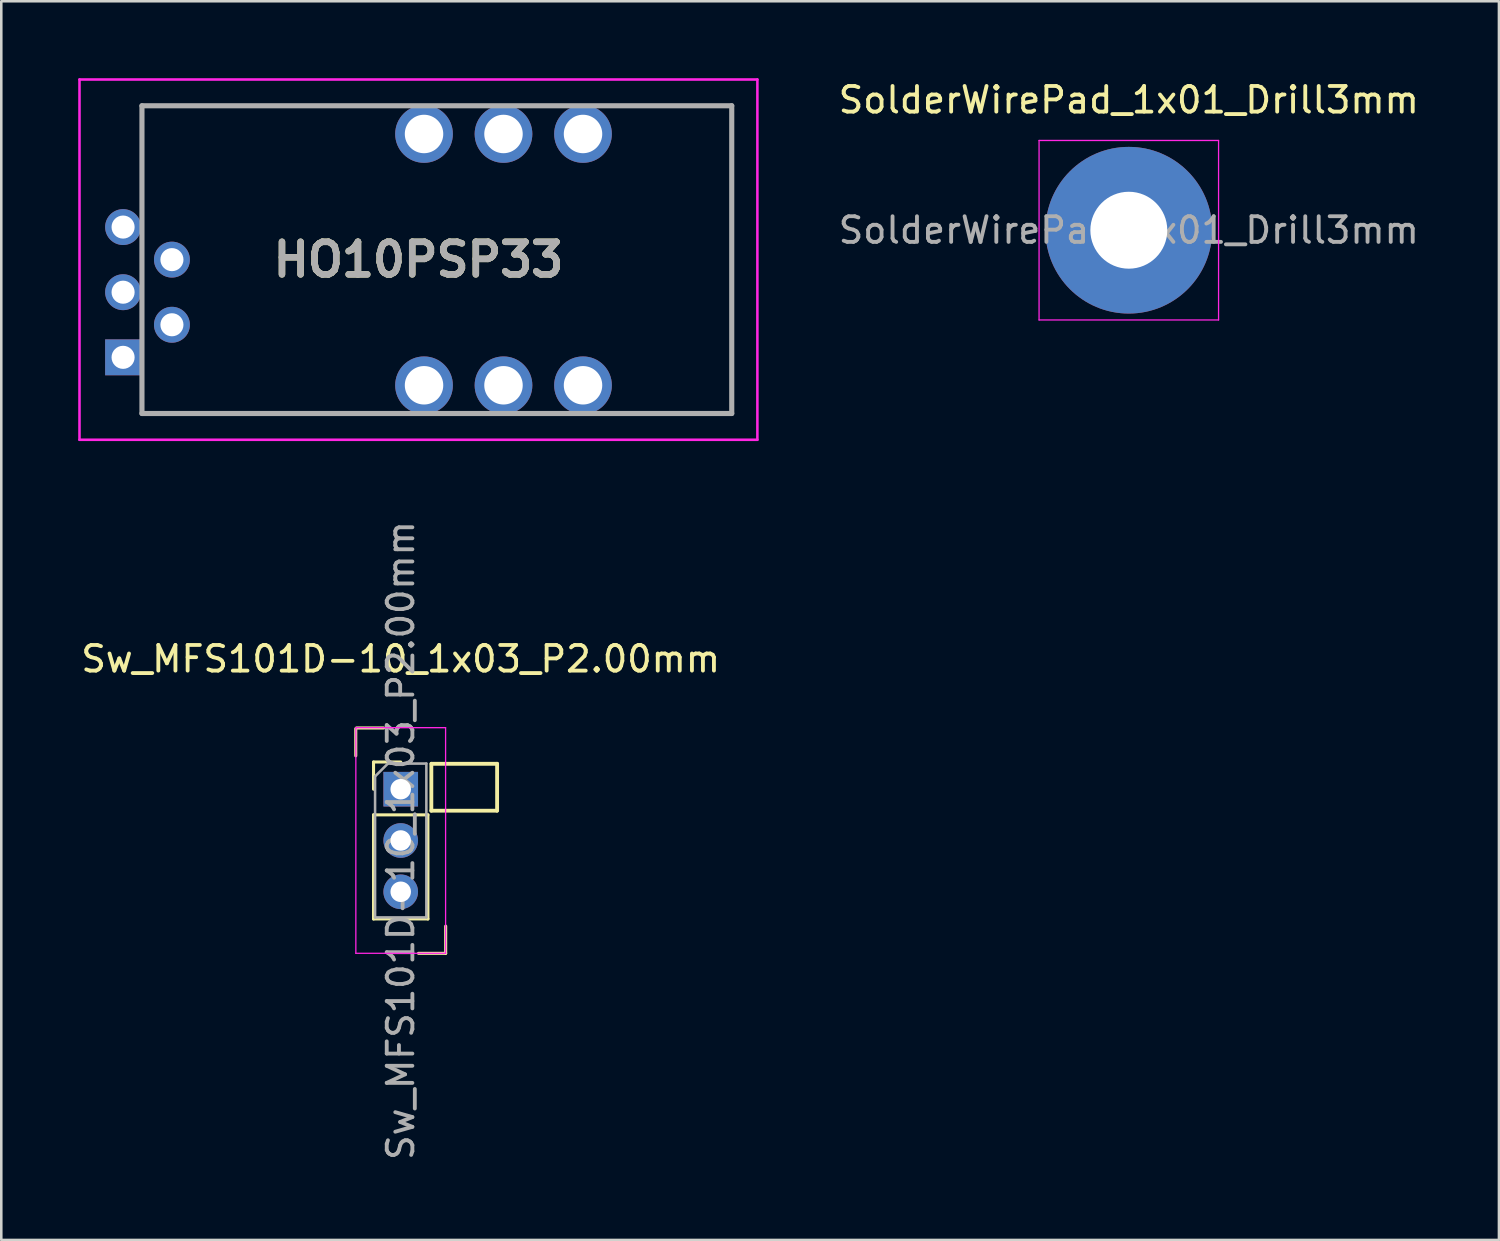
<source format=kicad_pcb>
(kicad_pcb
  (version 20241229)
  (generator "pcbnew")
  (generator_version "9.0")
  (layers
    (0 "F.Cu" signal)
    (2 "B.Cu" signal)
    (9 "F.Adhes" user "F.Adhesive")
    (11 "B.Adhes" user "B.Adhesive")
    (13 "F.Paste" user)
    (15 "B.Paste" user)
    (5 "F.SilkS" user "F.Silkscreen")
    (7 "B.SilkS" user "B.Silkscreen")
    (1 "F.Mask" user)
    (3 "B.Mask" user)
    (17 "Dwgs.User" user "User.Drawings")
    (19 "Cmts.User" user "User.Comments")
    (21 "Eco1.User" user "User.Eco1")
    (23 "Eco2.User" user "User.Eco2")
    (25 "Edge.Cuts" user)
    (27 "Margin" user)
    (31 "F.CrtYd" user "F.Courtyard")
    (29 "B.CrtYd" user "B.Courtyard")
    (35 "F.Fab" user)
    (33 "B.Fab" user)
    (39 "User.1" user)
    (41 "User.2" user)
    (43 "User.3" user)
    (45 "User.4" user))
  (footprint "HO10PSP33"
    (layer "F.Cu")
    (at 1.75 10.885)
    (property "Reference" "HO10PSP33" (at 11.518 -3.81 0) (layer "F.SilkS") (effects (font (size 1.27 1.27) (thickness 0.254))))
    (attr through_hole)
    (fp_line (start 0.736 -9.81) (end 10.236 -9.81) (stroke (width 0.1) (type solid)) (layer "F.SilkS"))
    (fp_line (start 0.736 -6.54) (end 0.736 -9.81) (stroke (width 0.1) (type solid)) (layer "F.SilkS"))
    (fp_line (start 0.736 2.19) (end 0.736 1.46) (stroke (width 0.1) (type solid)) (layer "F.SilkS"))
    (fp_line (start 10.236 2.19) (end 0.736 2.19) (stroke (width 0.1) (type solid)) (layer "F.SilkS"))
    (fp_line (start 19.236 -9.81) (end 23.736 -9.81) (stroke (width 0.1) (type solid)) (layer "F.SilkS"))
    (fp_line (start 23.736 -9.81) (end 23.736 2.19) (stroke (width 0.1) (type solid)) (layer "F.SilkS"))
    (fp_line (start 23.736 2.19) (end 19.236 2.19) (stroke (width 0.1) (type solid)) (layer "F.SilkS"))
    (fp_line (start -1.7 -10.835) (end 24.736 -10.835) (stroke (width 0.1) (type solid)) (layer "F.CrtYd"))
    (fp_line (start -1.7 3.215) (end -1.7 -10.835) (stroke (width 0.1) (type solid)) (layer "F.CrtYd"))
    (fp_line (start 24.736 -10.835) (end 24.736 3.215) (stroke (width 0.1) (type solid)) (layer "F.CrtYd"))
    (fp_line (start 24.736 3.215) (end -1.7 3.215) (stroke (width 0.1) (type solid)) (layer "F.CrtYd"))
    (fp_line (start 0.736 -9.81) (end 23.736 -9.81) (stroke (width 0.2) (type solid)) (layer "F.Fab"))
    (fp_line (start 0.736 2.19) (end 0.736 -9.81) (stroke (width 0.2) (type solid)) (layer "F.Fab"))
    (fp_line (start 23.736 -9.81) (end 23.736 2.19) (stroke (width 0.2) (type solid)) (layer "F.Fab"))
    (fp_line (start 23.736 2.19) (end 0.736 2.19) (stroke (width 0.2) (type solid)) (layer "F.Fab"))
    (fp_text user "${REFERENCE}" (at 11.518 -3.81 0) (layer "F.Fab") (effects (font (size 1.27 1.27) (thickness 0.254))))
    (pad "1" thru_hole rect (at 0 0) (size 1.4 1.4) (drill 0.9) (layers "*.Cu" "*.Mask"))
    (pad "2" thru_hole circle (at 1.905 -1.27) (size 1.4 1.4) (drill 0.9) (layers "*.Cu" "*.Mask"))
    (pad "3" thru_hole circle (at 0 -2.54) (size 1.4 1.4) (drill 0.9) (layers "*.Cu" "*.Mask"))
    (pad "4" thru_hole circle (at 1.905 -3.81) (size 1.4 1.4) (drill 0.9) (layers "*.Cu" "*.Mask"))
    (pad "5" thru_hole circle (at 0 -5.08) (size 1.4 1.4) (drill 0.9) (layers "*.Cu" "*.Mask"))
    (pad "RP1" thru_hole circle (at 11.736 1.09) (size 2.25 2.25) (drill 1.5) (layers "*.Cu" "*.Mask"))
    (pad "RP2" thru_hole circle (at 14.835 1.09) (size 2.25 2.25) (drill 1.5) (layers "*.Cu" "*.Mask"))
    (pad "RP3" thru_hole circle (at 17.936 1.09) (size 2.25 2.25) (drill 1.5) (layers "*.Cu" "*.Mask"))
    (pad "RP4" thru_hole circle (at 17.936 -8.71) (size 2.25 2.25) (drill 1.5) (layers "*.Cu" "*.Mask"))
    (pad "RP5" thru_hole circle (at 14.835 -8.71) (size 2.25 2.25) (drill 1.5) (layers "*.Cu" "*.Mask"))
    (pad "RP6" thru_hole circle (at 11.736 -8.71) (size 2.25 2.25) (drill 1.5) (layers "*.Cu" "*.Mask")))
  (footprint "Sw_MFS101D-10_1x03_P2.00mm"
    (layer "F.Cu")
    (at 12.577 27.727)
    (property "Reference" "Sw_MFS101D-10_1x03_P2.00mm" (at 0 -5.08 0) (layer "F.SilkS") (effects (font (size 1 1) (thickness 0.15))))
    (attr through_hole)
    (fp_line (start -1.753 -1.302) (end -1.753 -2.362) (stroke (width 0.12) (type solid)) (layer "F.SilkS"))
    (fp_line (start -1.727 -2.388) (end -0.667 -2.388) (stroke (width 0.12) (type solid)) (layer "F.SilkS"))
    (fp_line (start -1.06 -1.06) (end 0 -1.06) (stroke (width 0.12) (type solid)) (layer "F.SilkS"))
    (fp_line (start -1.06 0) (end -1.06 -1.06) (stroke (width 0.12) (type solid)) (layer "F.SilkS"))
    (fp_line (start -1.06 1) (end -1.06 5.06) (stroke (width 0.12) (type solid)) (layer "F.SilkS"))
    (fp_line (start -1.06 1) (end 1.06 1) (stroke (width 0.12) (type solid)) (layer "F.SilkS"))
    (fp_line (start -1.06 5.06) (end 1.06 5.06) (stroke (width 0.12) (type solid)) (layer "F.SilkS"))
    (fp_line (start 0.693 6.401) (end 1.753 6.401) (stroke (width 0.12) (type solid)) (layer "F.SilkS"))
    (fp_line (start 1.06 1) (end 1.06 5.06) (stroke (width 0.12) (type solid)) (layer "F.SilkS"))
    (fp_line (start 1.194 -0.991) (end 1.194 0.838) (stroke (width 0.15) (type solid)) (layer "F.SilkS"))
    (fp_line (start 1.194 0.838) (end 3.75 0.838) (stroke (width 0.15) (type solid)) (layer "F.SilkS"))
    (fp_line (start 1.203 -0.991) (end 3.759 -0.991) (stroke (width 0.15) (type solid)) (layer "F.SilkS"))
    (fp_line (start 1.753 6.401) (end 1.753 5.341) (stroke (width 0.12) (type solid)) (layer "F.SilkS"))
    (fp_line (start 3.759 -0.991) (end 3.759 0.838) (stroke (width 0.15) (type solid)) (layer "F.SilkS"))
    (fp_line (start -1.75 -2.4) (end -1.75 6.4) (stroke (width 0.05) (type solid)) (layer "F.CrtYd"))
    (fp_line (start -1.75 6.4) (end 1.75 6.4) (stroke (width 0.05) (type solid)) (layer "F.CrtYd"))
    (fp_line (start 1.75 -2.4) (end -1.75 -2.4) (stroke (width 0.05) (type solid)) (layer "F.CrtYd"))
    (fp_line (start 1.75 6.4) (end 1.75 -2.4) (stroke (width 0.05) (type solid)) (layer "F.CrtYd"))
    (fp_line (start -1 -0.5) (end -0.5 -1) (stroke (width 0.1) (type solid)) (layer "F.Fab"))
    (fp_line (start -1 5) (end -1 -0.5) (stroke (width 0.1) (type solid)) (layer "F.Fab"))
    (fp_line (start -0.5 -1) (end 1 -1) (stroke (width 0.1) (type solid)) (layer "F.Fab"))
    (fp_line (start 1 -1) (end 1 5) (stroke (width 0.1) (type solid)) (layer "F.Fab"))
    (fp_line (start 1 5) (end -1 5) (stroke (width 0.1) (type solid)) (layer "F.Fab"))
    (fp_text user "${REFERENCE}" (at 0 2 90) (layer "F.Fab") (effects (font (size 1 1) (thickness 0.15))))
    (pad "1" thru_hole rect (at 0 0) (size 1.35 1.35) (drill 0.8) (layers "*.Cu" "*.Mask"))
    (pad "2" thru_hole oval (at 0 2) (size 1.35 1.35) (drill 0.8) (layers "*.Cu" "*.Mask"))
    (pad "3" thru_hole oval (at 0 4) (size 1.35 1.35) (drill 0.8) (layers "*.Cu" "*.Mask")))
  (footprint "SolderWirePad_1x01_Drill3mm"
    (layer "F.Cu")
    (at 40.971 5.928)
    (property "Reference" "SolderWirePad_1x01_Drill3mm" (at 0 -5.08 0) (layer "F.SilkS") (effects (font (size 1 1) (thickness 0.15))))
    (attr exclude_from_pos_files exclude_from_bom)
    (fp_line (start -3.5 -3.5) (end -3.5 3.5) (stroke (width 0.05) (type solid)) (layer "F.CrtYd"))
    (fp_line (start -3.5 -3.5) (end 3.5 -3.5) (stroke (width 0.05) (type solid)) (layer "F.CrtYd"))
    (fp_line (start 3.5 3.5) (end -3.5 3.5) (stroke (width 0.05) (type solid)) (layer "F.CrtYd"))
    (fp_line (start 3.5 3.5) (end 3.5 -3.5) (stroke (width 0.05) (type solid)) (layer "F.CrtYd"))
    (fp_text user "${REFERENCE}" (at 0 0 0) (layer "F.Fab") (effects (font (size 1 1) (thickness 0.15))))
    (pad "1" thru_hole circle (at 0 0) (size 6.5 6.5) (drill 3) (layers "*.Cu" "*.Mask")))
  (gr_rect
    (start -3 -3)
    (end 55.405 45.305)
    (stroke (width 0.1) (type default))
    (fill no)
    (layer "Edge.Cuts")))
</source>
